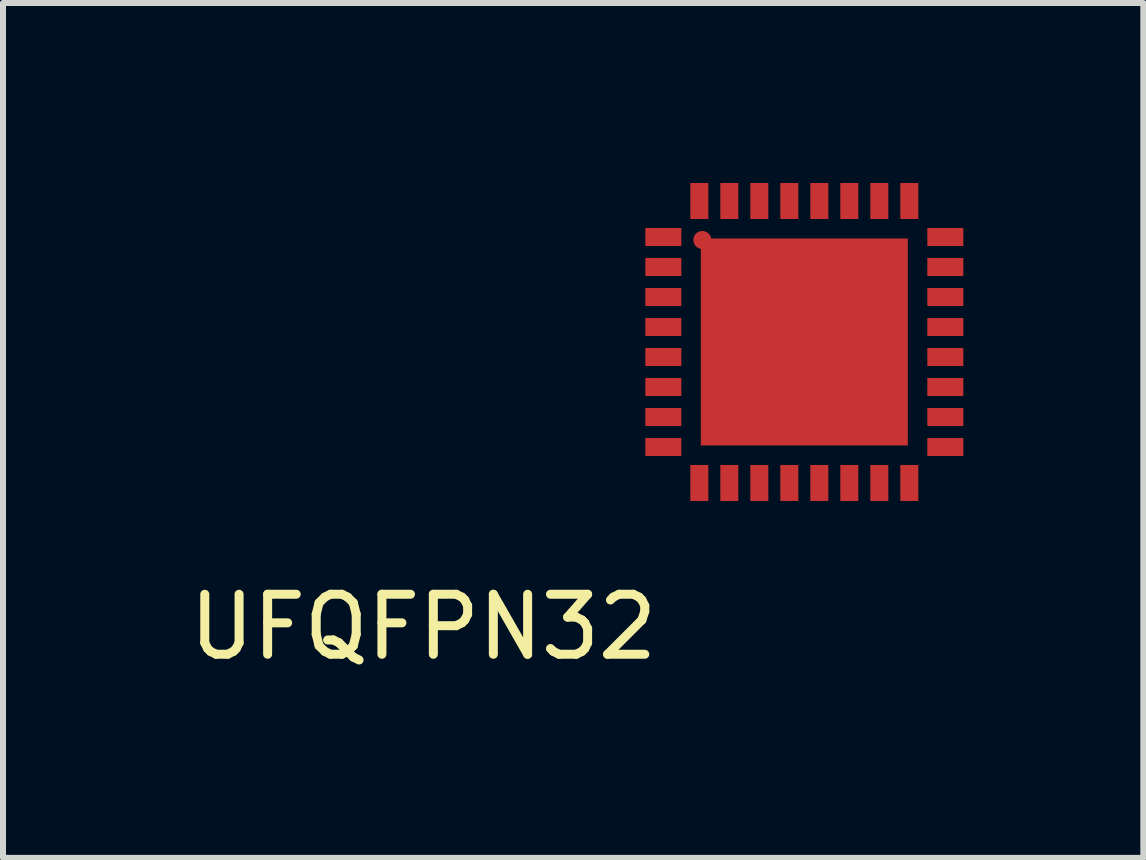
<source format=kicad_pcb>
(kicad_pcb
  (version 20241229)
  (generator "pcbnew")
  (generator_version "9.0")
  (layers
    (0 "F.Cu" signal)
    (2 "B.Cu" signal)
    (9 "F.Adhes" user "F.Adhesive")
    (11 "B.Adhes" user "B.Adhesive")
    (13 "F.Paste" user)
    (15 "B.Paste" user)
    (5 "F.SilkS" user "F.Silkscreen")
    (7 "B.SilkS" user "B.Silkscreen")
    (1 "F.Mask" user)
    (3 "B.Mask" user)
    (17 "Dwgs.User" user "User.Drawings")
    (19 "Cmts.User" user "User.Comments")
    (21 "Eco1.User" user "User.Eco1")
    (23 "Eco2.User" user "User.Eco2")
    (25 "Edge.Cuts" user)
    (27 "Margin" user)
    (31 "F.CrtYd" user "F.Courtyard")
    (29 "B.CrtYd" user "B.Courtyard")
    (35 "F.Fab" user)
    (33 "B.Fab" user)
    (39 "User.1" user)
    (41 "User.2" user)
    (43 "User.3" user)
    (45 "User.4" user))
  (footprint "UFQFPN32"
    (layer "F.Cu")
    (at 10.356 2.65)
    (property "Reference" "UFQFPN32" (at -6.35 4.75 0) (layer "F.SilkS") (effects (font (size 1 1) (thickness 0.15))))
    (attr through_hole)
    (pad "" smd circle (at -1.7 -1.7 90) (size 0.3 0.3) (layers "F.Cu" "F.Paste"))
    (pad "0" smd rect (at 0 0) (size 3.45 3.45) (layers "F.Cu" "F.Paste"))
    (pad "1" smd rect (at -2.35 -1.75 90) (size 0.3 0.6) (layers "F.Cu" "F.Paste"))
    (pad "2" smd rect (at -2.35 -1.25 90) (size 0.3 0.6) (layers "F.Cu" "F.Paste"))
    (pad "3" smd rect (at -2.35 -0.75 90) (size 0.3 0.6) (layers "F.Cu" "F.Paste"))
    (pad "4" smd rect (at -2.35 -0.25 90) (size 0.3 0.6) (layers "F.Cu" "F.Paste"))
    (pad "5" smd rect (at -2.35 0.25 90) (size 0.3 0.6) (layers "F.Cu" "F.Paste"))
    (pad "6" smd rect (at -2.35 0.75 90) (size 0.3 0.6) (layers "F.Cu" "F.Paste"))
    (pad "7" smd rect (at -2.35 1.25 90) (size 0.3 0.6) (layers "F.Cu" "F.Paste"))
    (pad "8" smd rect (at -2.35 1.75 90) (size 0.3 0.6) (layers "F.Cu" "F.Paste"))
    (pad "9" smd rect (at -1.75 2.35 180) (size 0.3 0.6) (layers "F.Cu" "F.Paste"))
    (pad "10" smd rect (at -1.25 2.35 180) (size 0.3 0.6) (layers "F.Cu" "F.Paste"))
    (pad "11" smd rect (at -0.75 2.35 180) (size 0.3 0.6) (layers "F.Cu" "F.Paste"))
    (pad "12" smd rect (at -0.25 2.35 180) (size 0.3 0.6) (layers "F.Cu" "F.Paste"))
    (pad "13" smd rect (at 0.25 2.35 180) (size 0.3 0.6) (layers "F.Cu" "F.Paste"))
    (pad "14" smd rect (at 0.75 2.35 180) (size 0.3 0.6) (layers "F.Cu" "F.Paste"))
    (pad "15" smd rect (at 1.25 2.35 180) (size 0.3 0.6) (layers "F.Cu" "F.Paste"))
    (pad "16" smd rect (at 1.75 2.35 180) (size 0.3 0.6) (layers "F.Cu" "F.Paste"))
    (pad "17" smd rect (at 2.35 1.75 270) (size 0.3 0.6) (layers "F.Cu" "F.Paste"))
    (pad "18" smd rect (at 2.35 1.25 270) (size 0.3 0.6) (layers "F.Cu" "F.Paste"))
    (pad "19" smd rect (at 2.35 0.75 270) (size 0.3 0.6) (layers "F.Cu" "F.Paste"))
    (pad "20" smd rect (at 2.35 0.25 270) (size 0.3 0.6) (layers "F.Cu" "F.Paste"))
    (pad "21" smd rect (at 2.35 -0.25 270) (size 0.3 0.6) (layers "F.Cu" "F.Paste"))
    (pad "22" smd rect (at 2.35 -0.75 270) (size 0.3 0.6) (layers "F.Cu" "F.Paste"))
    (pad "23" smd rect (at 2.35 -1.25 270) (size 0.3 0.6) (layers "F.Cu" "F.Paste"))
    (pad "24" smd rect (at 2.35 -1.75 270) (size 0.3 0.6) (layers "F.Cu" "F.Paste"))
    (pad "25" smd rect (at 1.75 -2.35 180) (size 0.3 0.6) (layers "F.Cu" "F.Paste"))
    (pad "26" smd rect (at 1.25 -2.35 180) (size 0.3 0.6) (layers "F.Cu" "F.Paste"))
    (pad "27" smd rect (at 0.75 -2.35 180) (size 0.3 0.6) (layers "F.Cu" "F.Paste"))
    (pad "28" smd rect (at 0.25 -2.35 180) (size 0.3 0.6) (layers "F.Cu" "F.Paste"))
    (pad "29" smd rect (at -0.25 -2.35 180) (size 0.3 0.6) (layers "F.Cu" "F.Paste"))
    (pad "30" smd rect (at -0.75 -2.35 180) (size 0.3 0.6) (layers "F.Cu" "F.Paste"))
    (pad "31" smd rect (at -1.25 -2.35 180) (size 0.3 0.6) (layers "F.Cu" "F.Paste"))
    (pad "32" smd rect (at -1.75 -2.35 180) (size 0.3 0.6) (layers "F.Cu" "F.Paste")))
  (gr_rect
    (start -3 -3)
    (end 16.006 11.248)
    (stroke (width 0.1) (type default))
    (fill no)
    (layer "Edge.Cuts")))
</source>
